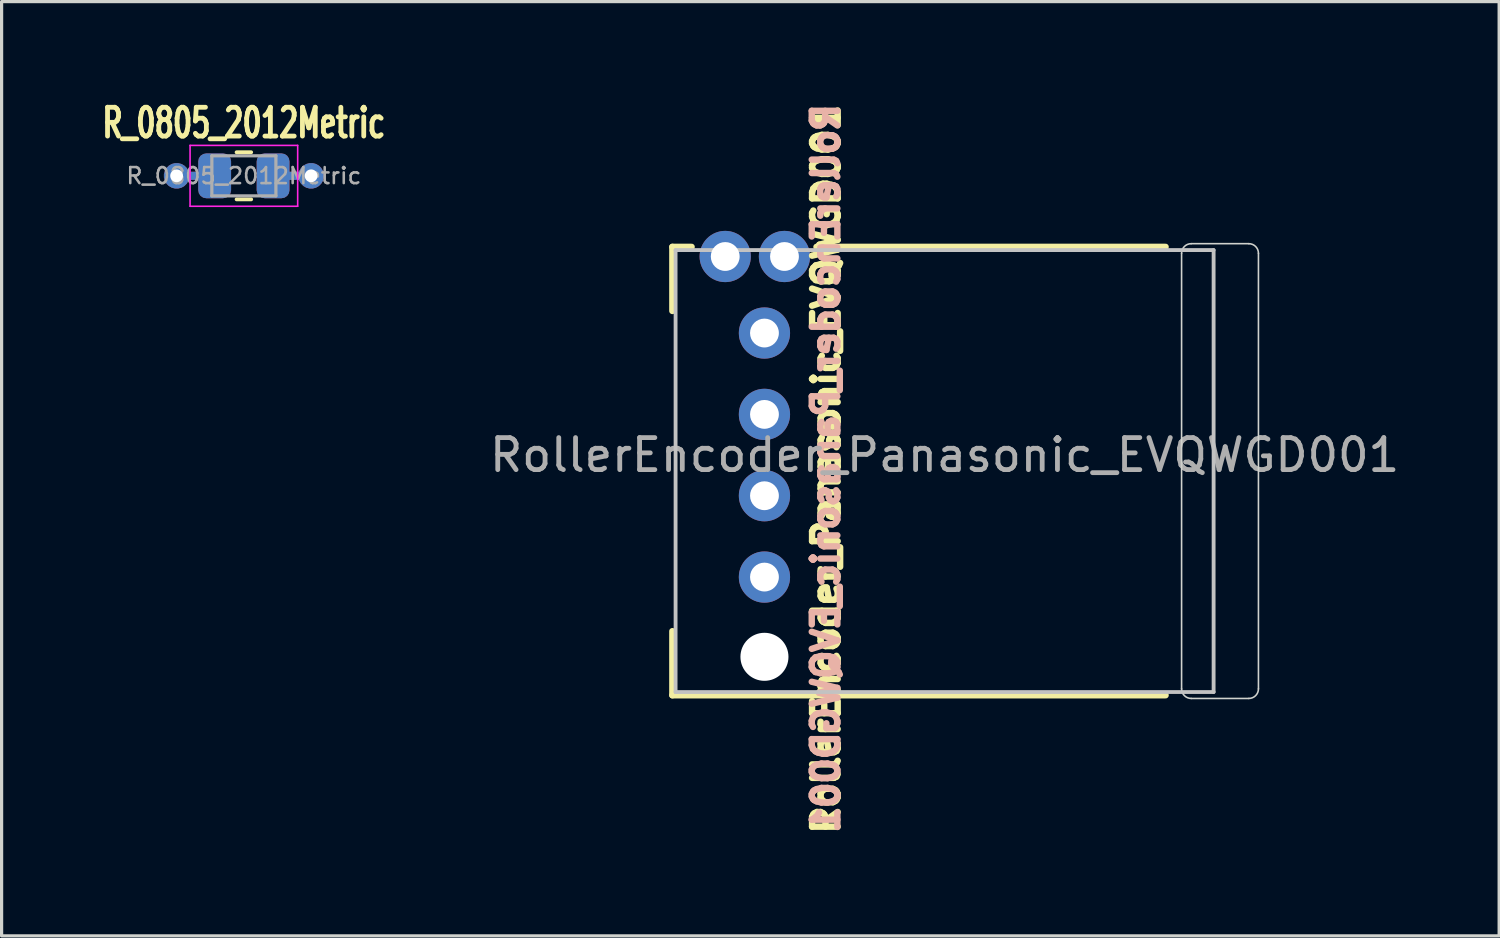
<source format=kicad_pcb>
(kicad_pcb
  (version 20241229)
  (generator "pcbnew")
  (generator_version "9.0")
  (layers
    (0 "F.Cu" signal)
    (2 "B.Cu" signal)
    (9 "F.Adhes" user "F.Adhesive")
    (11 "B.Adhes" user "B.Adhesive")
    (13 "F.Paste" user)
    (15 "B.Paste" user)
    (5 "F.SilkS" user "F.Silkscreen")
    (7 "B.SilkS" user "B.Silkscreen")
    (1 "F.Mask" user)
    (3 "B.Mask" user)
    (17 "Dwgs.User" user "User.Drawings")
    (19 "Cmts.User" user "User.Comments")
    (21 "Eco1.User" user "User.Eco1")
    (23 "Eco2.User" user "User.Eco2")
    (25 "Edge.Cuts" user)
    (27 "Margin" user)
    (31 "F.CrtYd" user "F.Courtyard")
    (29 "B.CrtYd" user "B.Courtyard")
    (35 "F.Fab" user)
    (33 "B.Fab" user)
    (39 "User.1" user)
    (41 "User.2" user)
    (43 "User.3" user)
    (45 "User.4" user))
  (footprint "R_0805_2012Metric"
    (layer "F.Cu")
    (at 4.565 2.44)
    (property "Reference" "R_0805_2012Metric" (at 0 -1.65 0) (layer "F.SilkS") (effects (font (size 0.9 0.6) (thickness 0.15))))
    (attr smd)
    (fp_line (start -0.227 -0.735) (end 0.227 -0.735) (stroke (width 0.12) (type solid)) (layer "F.SilkS"))
    (fp_line (start -0.227 0.735) (end 0.227 0.735) (stroke (width 0.12) (type solid)) (layer "F.SilkS"))
    (fp_line (start -1.68 -0.95) (end 1.68 -0.95) (stroke (width 0.05) (type solid)) (layer "F.CrtYd"))
    (fp_line (start -1.68 0.95) (end -1.68 -0.95) (stroke (width 0.05) (type solid)) (layer "F.CrtYd"))
    (fp_line (start 1.68 -0.95) (end 1.68 0.95) (stroke (width 0.05) (type solid)) (layer "F.CrtYd"))
    (fp_line (start 1.68 0.95) (end -1.68 0.95) (stroke (width 0.05) (type solid)) (layer "F.CrtYd"))
    (fp_line (start -1 -0.625) (end 1 -0.625) (stroke (width 0.1) (type solid)) (layer "F.Fab"))
    (fp_line (start -1 0.625) (end -1 -0.625) (stroke (width 0.1) (type solid)) (layer "F.Fab"))
    (fp_line (start 1 -0.625) (end 1 0.625) (stroke (width 0.1) (type solid)) (layer "F.Fab"))
    (fp_line (start 1 0.625) (end -1 0.625) (stroke (width 0.1) (type solid)) (layer "F.Fab"))
    (fp_text user "${REFERENCE}" (at 0 0 0) (layer "F.Fab") (effects (font (size 0.5 0.5) (thickness 0.08))))
    (pad "1" thru_hole custom (at -2.1 0) (size 0.8 0.8) (drill 0.4) (layers "*.Cu") (options (anchor circle)) (primitives (gr_line (start 1.188 0) (end 0 0) (width 0.254))))
    (pad "1" smd roundrect (at -0.912 0) (size 1.025 1.4) (layers "F.Cu" "F.Mask" "F.Paste") (roundrect_rratio 0.244))
    (pad "1" smd roundrect (at -0.912 0) (size 1.025 1.4) (layers "B.Cu" "B.Mask" "B.Paste") (roundrect_rratio 0.244))
    (pad "2" smd roundrect (at 0.912 0) (size 1.025 1.4) (layers "F.Cu" "F.Mask" "F.Paste") (roundrect_rratio 0.244))
    (pad "2" smd roundrect (at 0.912 0) (size 1.025 1.4) (layers "B.Cu" "B.Mask" "B.Paste") (roundrect_rratio 0.244))
    (pad "2" thru_hole custom (at 2.1 0) (size 0.8 0.8) (drill 0.4) (layers "*.Cu") (options (anchor circle)) (primitives (gr_line (start -1.188 0) (end 0 0) (width 0.254)))))
  (footprint "RollerEncoder_Panasonic_EVQWGD001"
    (layer "F.Cu")
    (at 26.445 11.159)
    (property "Reference" "RollerEncoder_Panasonic_EVQWGD001" (at 0 0 180) (layer "F.Fab") (effects (font (size 1 1) (thickness 0.15))))
    (attr through_hole)
    (fp_line (start -8.5 -6.5) (end -8.5 -4.5) (stroke (width 0.2) (type solid)) (layer "F.SilkS"))
    (fp_line (start -8.5 5.5) (end -8.5 7.5) (stroke (width 0.2) (type solid)) (layer "F.SilkS"))
    (fp_line (start -8.5 7.5) (end 6.9 7.5) (stroke (width 0.2) (type solid)) (layer "F.SilkS"))
    (fp_line (start -7.9 -6.5) (end -8.5 -6.5) (stroke (width 0.2) (type solid)) (layer "F.SilkS"))
    (fp_line (start 6.9 -6.5) (end -4 -6.5) (stroke (width 0.2) (type solid)) (layer "F.SilkS"))
    (fp_line (start -8.4 -6.4) (end 8.4 -6.4) (stroke (width 0.12) (type solid)) (layer "Dwgs.User"))
    (fp_line (start -8.4 7.4) (end -8.4 -6.4) (stroke (width 0.12) (type solid)) (layer "Dwgs.User"))
    (fp_line (start 8.4 -6.4) (end 8.4 7.4) (stroke (width 0.12) (type solid)) (layer "Dwgs.User"))
    (fp_line (start 8.4 7.4) (end -8.4 7.4) (stroke (width 0.12) (type solid)) (layer "Dwgs.User"))
    (fp_line (start 7.4 -6.3) (end 7.4 7.3) (stroke (width 0.05) (type solid)) (layer "Edge.Cuts"))
    (fp_line (start 7.7 7.6) (end 9.5 7.6) (stroke (width 0.05) (type solid)) (layer "Edge.Cuts"))
    (fp_line (start 9.5 -6.6) (end 7.7 -6.6) (stroke (width 0.05) (type solid)) (layer "Edge.Cuts"))
    (fp_line (start 9.8 7.3) (end 9.8 -6.3) (stroke (width 0.05) (type solid)) (layer "Edge.Cuts"))
    (fp_arc (start 7.4 -6.3) (mid 7.487868 -6.512132) (end 7.7 -6.6) (stroke (width 0.05) (type solid)) (layer "Edge.Cuts"))
    (fp_arc (start 7.7 7.6) (mid 7.487868 7.512132) (end 7.4 7.3) (stroke (width 0.05) (type solid)) (layer "Edge.Cuts"))
    (fp_arc (start 9.5 -6.6) (mid 9.712132 -6.512132) (end 9.8 -6.3) (stroke (width 0.05) (type solid)) (layer "Edge.Cuts"))
    (fp_arc (start 9.8 7.3) (mid 9.712132 7.512132) (end 9.5 7.6) (stroke (width 0.05) (type solid)) (layer "Edge.Cuts"))
    (fp_text user "${REFERENCE}" (at -3.698 0.441 90) (unlocked yes) (layer "F.SilkS") (effects (font (size 0.8 0.8) (thickness 0.2))))
    (fp_text user "${REFERENCE}" (at -3.708 0.413 90) (unlocked yes) (layer "B.SilkS") (effects (font (size 0.8 0.8) (thickness 0.2)) (justify mirror)))
    (pad "" np_thru_hole circle (at -5.625 6.3) (size 1.5 1.5) (drill 1.5) (layers "*.Cu" "*.Mask"))
    (pad "A" thru_hole circle (at -5.625 -3.81) (size 1.6 1.6) (drill 0.9) (layers "*.Cu" "*.Mask"))
    (pad "B" thru_hole circle (at -5.625 -1.27) (size 1.6 1.6) (drill 0.9) (layers "*.Cu" "*.Mask"))
    (pad "C" thru_hole circle (at -5.625 1.27) (size 1.6 1.6) (drill 0.9) (layers "*.Cu" "*.Mask"))
    (pad "D" thru_hole circle (at -5.625 3.81) (size 1.6 1.6) (drill 0.9) (layers "*.Cu" "*.Mask"))
    (pad "S1" thru_hole circle (at -6.85 -6.2) (size 1.6 1.6) (drill 0.9) (layers "*.Cu" "*.Mask"))
    (pad "S2" thru_hole circle (at -5 -6.2) (size 1.6 1.6) (drill 0.9) (layers "*.Cu" "*.Mask")))
  (gr_rect
    (start -3 -3)
    (end 43.761 26.173)
    (stroke (width 0.1) (type default))
    (fill no)
    (layer "Edge.Cuts")))
</source>
